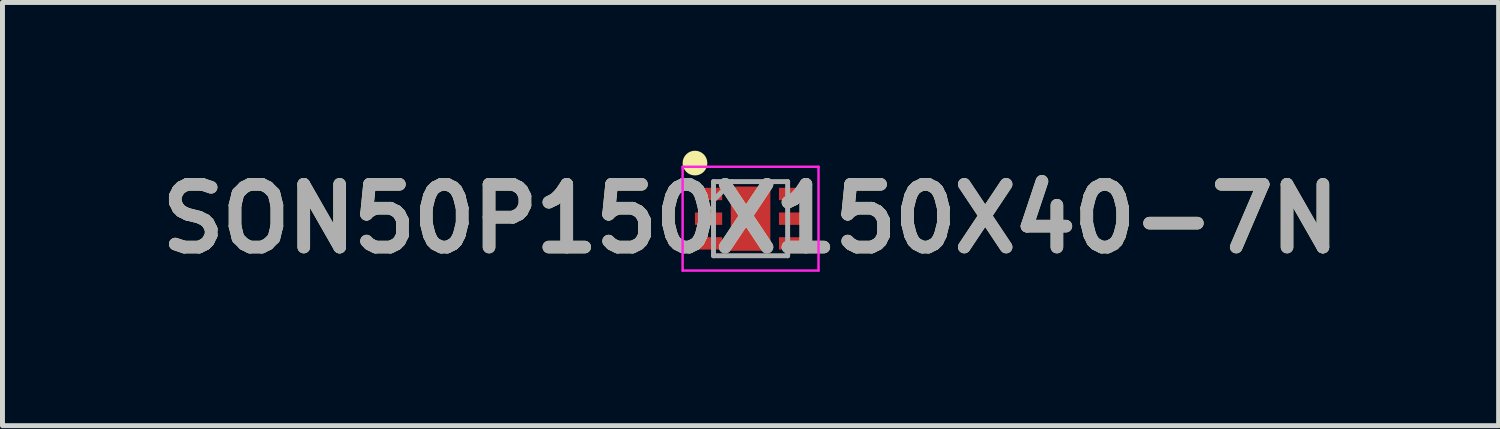
<source format=kicad_pcb>
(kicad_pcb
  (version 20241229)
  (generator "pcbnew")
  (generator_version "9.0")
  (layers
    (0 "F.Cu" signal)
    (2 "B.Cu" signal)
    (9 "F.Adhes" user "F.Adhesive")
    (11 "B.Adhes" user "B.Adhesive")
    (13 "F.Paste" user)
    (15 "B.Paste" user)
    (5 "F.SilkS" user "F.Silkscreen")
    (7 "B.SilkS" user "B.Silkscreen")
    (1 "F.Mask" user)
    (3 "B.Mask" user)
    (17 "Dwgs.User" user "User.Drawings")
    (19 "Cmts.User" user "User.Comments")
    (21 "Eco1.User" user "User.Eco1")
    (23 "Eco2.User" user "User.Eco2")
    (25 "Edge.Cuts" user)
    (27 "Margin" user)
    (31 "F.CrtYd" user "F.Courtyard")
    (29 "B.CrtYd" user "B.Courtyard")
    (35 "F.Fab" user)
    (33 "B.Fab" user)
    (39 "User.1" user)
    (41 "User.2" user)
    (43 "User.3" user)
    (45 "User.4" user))
  (footprint "SON50P150X150X40-7N"
    (layer "F.Cu")
    (at 12.138 1.375)
    (property "Reference" "SON50P150X150X40-7N" (at 0 0 0) (layer "F.SilkS") (effects (font (size 1.27 1.27) (thickness 0.254))))
    (attr smd)
    (fp_circle (center -1.125 -1.125) (end -1.125 -1) (stroke (width 0.25) (type solid)) (fill no) (layer "F.SilkS"))
    (fp_line (start -1.375 -1.05) (end 1.375 -1.05) (stroke (width 0.05) (type solid)) (layer "F.CrtYd"))
    (fp_line (start -1.375 1.05) (end -1.375 -1.05) (stroke (width 0.05) (type solid)) (layer "F.CrtYd"))
    (fp_line (start 1.375 -1.05) (end 1.375 1.05) (stroke (width 0.05) (type solid)) (layer "F.CrtYd"))
    (fp_line (start 1.375 1.05) (end -1.375 1.05) (stroke (width 0.05) (type solid)) (layer "F.CrtYd"))
    (fp_line (start -0.75 -0.75) (end 0.75 -0.75) (stroke (width 0.1) (type solid)) (layer "F.Fab"))
    (fp_line (start -0.75 -0.375) (end -0.375 -0.75) (stroke (width 0.1) (type solid)) (layer "F.Fab"))
    (fp_line (start -0.75 0.75) (end -0.75 -0.75) (stroke (width 0.1) (type solid)) (layer "F.Fab"))
    (fp_line (start 0.75 -0.75) (end 0.75 0.75) (stroke (width 0.1) (type solid)) (layer "F.Fab"))
    (fp_line (start 0.75 0.75) (end -0.75 0.75) (stroke (width 0.1) (type solid)) (layer "F.Fab"))
    (fp_text user "${REFERENCE}" (at 0 0 0) (layer "F.Fab") (effects (font (size 1.27 1.27) (thickness 0.254))))
    (pad "1" smd rect (at -0.85 -0.5 90) (size 0.25 0.55) (layers "F.Cu" "F.Mask" "F.Paste"))
    (pad "2" smd rect (at -0.85 0 90) (size 0.25 0.55) (layers "F.Cu" "F.Mask" "F.Paste"))
    (pad "3" smd rect (at -0.85 0.5 90) (size 0.25 0.55) (layers "F.Cu" "F.Mask" "F.Paste"))
    (pad "4" smd rect (at 0.85 0.5 90) (size 0.25 0.55) (layers "F.Cu" "F.Mask" "F.Paste"))
    (pad "5" smd rect (at 0.85 0 90) (size 0.25 0.55) (layers "F.Cu" "F.Mask" "F.Paste"))
    (pad "6" smd rect (at 0.85 -0.5 90) (size 0.25 0.55) (layers "F.Cu" "F.Mask" "F.Paste"))
    (pad "7" smd rect (at 0 0) (size 0.8 1.3) (layers "F.Cu" "F.Mask" "F.Paste")))
  (gr_rect
    (start -3 -3)
    (end 27.275 5.564)
    (stroke (width 0.1) (type default))
    (fill no)
    (layer "Edge.Cuts")))
</source>
